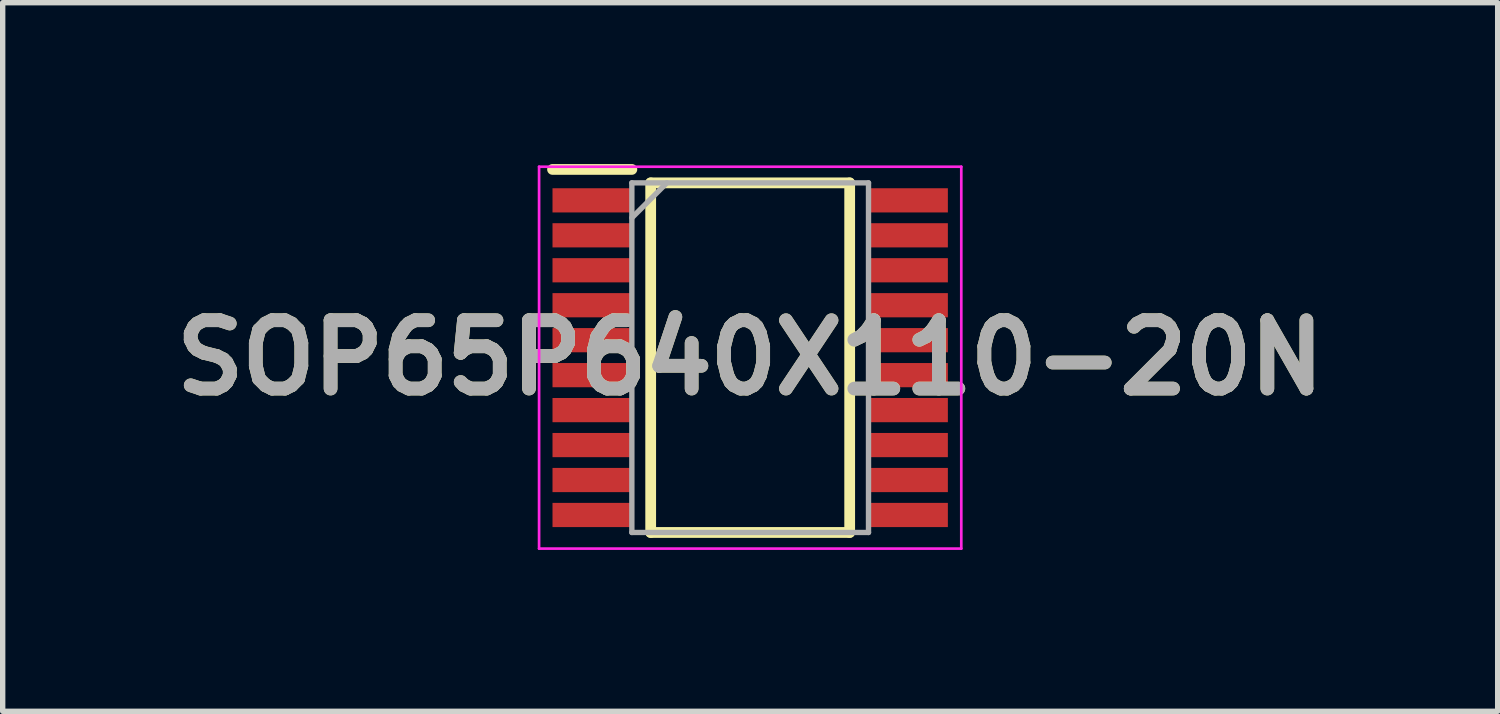
<source format=kicad_pcb>
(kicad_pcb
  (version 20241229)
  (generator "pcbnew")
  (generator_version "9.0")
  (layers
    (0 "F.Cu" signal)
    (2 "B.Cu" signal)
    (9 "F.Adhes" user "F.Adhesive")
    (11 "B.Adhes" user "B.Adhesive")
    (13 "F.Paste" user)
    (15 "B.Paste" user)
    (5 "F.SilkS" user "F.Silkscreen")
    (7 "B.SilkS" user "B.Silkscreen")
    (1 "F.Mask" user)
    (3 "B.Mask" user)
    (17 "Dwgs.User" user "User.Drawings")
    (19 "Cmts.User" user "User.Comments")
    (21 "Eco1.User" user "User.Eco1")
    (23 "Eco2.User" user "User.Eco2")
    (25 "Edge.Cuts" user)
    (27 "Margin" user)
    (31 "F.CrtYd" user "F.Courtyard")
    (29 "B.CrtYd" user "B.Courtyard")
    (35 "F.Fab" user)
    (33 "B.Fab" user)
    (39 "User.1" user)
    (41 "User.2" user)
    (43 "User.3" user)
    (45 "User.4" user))
  (footprint "SOP65P640X110-20N"
    (layer "F.Cu")
    (at 10.898 3.6)
    (property "Reference" "SOP65P640X110-20N" (at 0 0 0) (layer "F.SilkS") (effects (font (size 1.27 1.27) (thickness 0.254))))
    (attr smd)
    (fp_line (start -3.675 -3.5) (end -2.2 -3.5) (stroke (width 0.2) (type solid)) (layer "F.SilkS"))
    (fp_line (start -1.85 -3.25) (end 1.85 -3.25) (stroke (width 0.2) (type solid)) (layer "F.SilkS"))
    (fp_line (start -1.85 3.25) (end -1.85 -3.25) (stroke (width 0.2) (type solid)) (layer "F.SilkS"))
    (fp_line (start 1.85 -3.25) (end 1.85 3.25) (stroke (width 0.2) (type solid)) (layer "F.SilkS"))
    (fp_line (start 1.85 3.25) (end -1.85 3.25) (stroke (width 0.2) (type solid)) (layer "F.SilkS"))
    (fp_line (start -3.925 -3.55) (end 3.925 -3.55) (stroke (width 0.05) (type solid)) (layer "F.CrtYd"))
    (fp_line (start -3.925 3.55) (end -3.925 -3.55) (stroke (width 0.05) (type solid)) (layer "F.CrtYd"))
    (fp_line (start 3.925 -3.55) (end 3.925 3.55) (stroke (width 0.05) (type solid)) (layer "F.CrtYd"))
    (fp_line (start 3.925 3.55) (end -3.925 3.55) (stroke (width 0.05) (type solid)) (layer "F.CrtYd"))
    (fp_line (start -2.2 -3.25) (end 2.2 -3.25) (stroke (width 0.1) (type solid)) (layer "F.Fab"))
    (fp_line (start -2.2 -2.6) (end -1.55 -3.25) (stroke (width 0.1) (type solid)) (layer "F.Fab"))
    (fp_line (start -2.2 3.25) (end -2.2 -3.25) (stroke (width 0.1) (type solid)) (layer "F.Fab"))
    (fp_line (start 2.2 -3.25) (end 2.2 3.25) (stroke (width 0.1) (type solid)) (layer "F.Fab"))
    (fp_line (start 2.2 3.25) (end -2.2 3.25) (stroke (width 0.1) (type solid)) (layer "F.Fab"))
    (fp_text user "${REFERENCE}" (at 0 0 0) (layer "F.Fab") (effects (font (size 1.27 1.27) (thickness 0.254))))
    (pad "1" smd rect (at -2.938 -2.925 90) (size 0.45 1.475) (layers "F.Cu" "F.Mask" "F.Paste"))
    (pad "2" smd rect (at -2.938 -2.275 90) (size 0.45 1.475) (layers "F.Cu" "F.Mask" "F.Paste"))
    (pad "3" smd rect (at -2.938 -1.625 90) (size 0.45 1.475) (layers "F.Cu" "F.Mask" "F.Paste"))
    (pad "4" smd rect (at -2.938 -0.975 90) (size 0.45 1.475) (layers "F.Cu" "F.Mask" "F.Paste"))
    (pad "5" smd rect (at -2.938 -0.325 90) (size 0.45 1.475) (layers "F.Cu" "F.Mask" "F.Paste"))
    (pad "6" smd rect (at -2.938 0.325 90) (size 0.45 1.475) (layers "F.Cu" "F.Mask" "F.Paste"))
    (pad "7" smd rect (at -2.938 0.975 90) (size 0.45 1.475) (layers "F.Cu" "F.Mask" "F.Paste"))
    (pad "8" smd rect (at -2.938 1.625 90) (size 0.45 1.475) (layers "F.Cu" "F.Mask" "F.Paste"))
    (pad "9" smd rect (at -2.938 2.275 90) (size 0.45 1.475) (layers "F.Cu" "F.Mask" "F.Paste"))
    (pad "10" smd rect (at -2.938 2.925 90) (size 0.45 1.475) (layers "F.Cu" "F.Mask" "F.Paste"))
    (pad "11" smd rect (at 2.938 2.925 90) (size 0.45 1.475) (layers "F.Cu" "F.Mask" "F.Paste"))
    (pad "12" smd rect (at 2.938 2.275 90) (size 0.45 1.475) (layers "F.Cu" "F.Mask" "F.Paste"))
    (pad "13" smd rect (at 2.938 1.625 90) (size 0.45 1.475) (layers "F.Cu" "F.Mask" "F.Paste"))
    (pad "14" smd rect (at 2.938 0.975 90) (size 0.45 1.475) (layers "F.Cu" "F.Mask" "F.Paste"))
    (pad "15" smd rect (at 2.938 0.325 90) (size 0.45 1.475) (layers "F.Cu" "F.Mask" "F.Paste"))
    (pad "16" smd rect (at 2.938 -0.325 90) (size 0.45 1.475) (layers "F.Cu" "F.Mask" "F.Paste"))
    (pad "17" smd rect (at 2.938 -0.975 90) (size 0.45 1.475) (layers "F.Cu" "F.Mask" "F.Paste"))
    (pad "18" smd rect (at 2.938 -1.625 90) (size 0.45 1.475) (layers "F.Cu" "F.Mask" "F.Paste"))
    (pad "19" smd rect (at 2.938 -2.275 90) (size 0.45 1.475) (layers "F.Cu" "F.Mask" "F.Paste"))
    (pad "20" smd rect (at 2.938 -2.925 90) (size 0.45 1.475) (layers "F.Cu" "F.Mask" "F.Paste")))
  (gr_rect
    (start -3 -3)
    (end 24.796 10.175)
    (stroke (width 0.1) (type default))
    (fill no)
    (layer "Edge.Cuts")))
</source>
